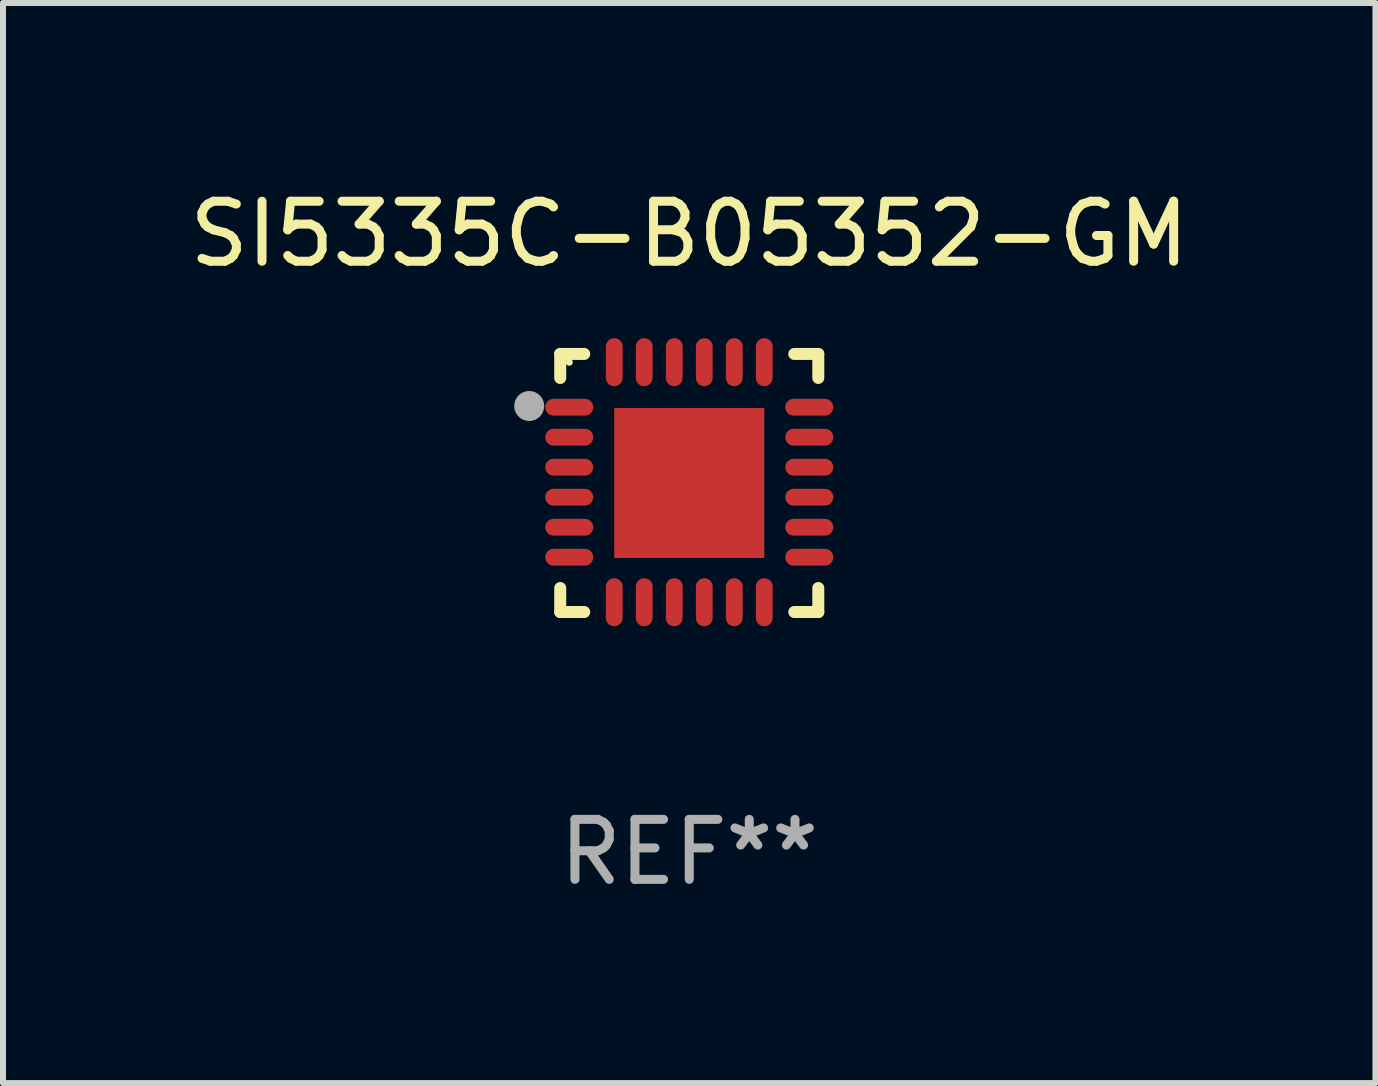
<source format=kicad_pcb>
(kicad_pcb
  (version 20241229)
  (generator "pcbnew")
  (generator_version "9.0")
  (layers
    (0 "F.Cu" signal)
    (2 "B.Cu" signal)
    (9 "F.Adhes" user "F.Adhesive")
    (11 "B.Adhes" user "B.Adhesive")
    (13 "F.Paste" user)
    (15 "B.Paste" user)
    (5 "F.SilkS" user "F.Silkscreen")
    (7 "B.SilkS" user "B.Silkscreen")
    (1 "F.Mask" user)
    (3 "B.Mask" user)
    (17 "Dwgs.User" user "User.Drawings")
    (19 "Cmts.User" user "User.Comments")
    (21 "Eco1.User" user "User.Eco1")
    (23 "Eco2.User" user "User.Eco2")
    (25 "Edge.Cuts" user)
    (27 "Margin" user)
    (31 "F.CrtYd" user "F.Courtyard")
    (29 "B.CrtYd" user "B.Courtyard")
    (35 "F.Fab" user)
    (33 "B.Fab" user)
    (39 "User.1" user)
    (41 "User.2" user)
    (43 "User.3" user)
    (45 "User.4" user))
  (footprint "SI5335C-B05352-GM"
    (layer "F.Cu")
    (at 8.435 4.998)
    (property "Reference" "SI5335C-B05352-GM" (at 0 -4.15 0) (layer "F.SilkS") (effects (font (size 1 1) (thickness 0.15))))
    (attr through_hole)
    (fp_line (start -2.15 -2.15) (end -1.75 -2.15) (stroke (width 0.2) (type solid)) (layer "F.SilkS"))
    (fp_line (start -2.15 -1.75) (end -2.15 -2.15) (stroke (width 0.2) (type solid)) (layer "F.SilkS"))
    (fp_line (start -2.15 2.15) (end -2.15 1.75) (stroke (width 0.2) (type solid)) (layer "F.SilkS"))
    (fp_line (start -1.75 2.15) (end -2.15 2.15) (stroke (width 0.2) (type solid)) (layer "F.SilkS"))
    (fp_line (start 1.75 -2.15) (end 2.15 -2.15) (stroke (width 0.2) (type solid)) (layer "F.SilkS"))
    (fp_line (start 1.75 2.15) (end 2.15 2.15) (stroke (width 0.2) (type solid)) (layer "F.SilkS"))
    (fp_line (start 2.15 -2.15) (end 2.15 -1.75) (stroke (width 0.2) (type solid)) (layer "F.SilkS"))
    (fp_line (start 2.15 2.15) (end 2.15 1.75) (stroke (width 0.2) (type solid)) (layer "F.SilkS"))
    (fp_circle (center -2 -2.013) (end -1.97 -2.013) (stroke (width 0.06) (type solid)) (fill no) (layer "F.SilkS"))
    (fp_circle (center -2.667 -1.283) (end -2.542 -1.283) (stroke (width 0.25) (type solid)) (fill no) (layer "F.Fab"))
    (fp_text user "REF**" (at 0 6.15 0) (layer "F.Fab") (effects (font (size 1 1) (thickness 0.15))))
    (pad "1" smd oval (at -2 -1.263) (size 0.8 0.28) (layers "F.Cu" "F.Mask" "F.Paste"))
    (pad "2" smd oval (at -2 -0.763) (size 0.8 0.28) (layers "F.Cu" "F.Mask" "F.Paste"))
    (pad "3" smd oval (at -2 -0.263) (size 0.8 0.28) (layers "F.Cu" "F.Mask" "F.Paste"))
    (pad "4" smd oval (at -2 0.237) (size 0.8 0.28) (layers "F.Cu" "F.Mask" "F.Paste"))
    (pad "5" smd oval (at -2 0.737) (size 0.8 0.28) (layers "F.Cu" "F.Mask" "F.Paste"))
    (pad "6" smd oval (at -2 1.237) (size 0.8 0.28) (layers "F.Cu" "F.Mask" "F.Paste"))
    (pad "7" smd oval (at -1.25 1.987) (size 0.28 0.8) (layers "F.Cu" "F.Mask" "F.Paste"))
    (pad "8" smd oval (at -0.75 1.987) (size 0.28 0.8) (layers "F.Cu" "F.Mask" "F.Paste"))
    (pad "9" smd oval (at -0.25 1.987) (size 0.28 0.8) (layers "F.Cu" "F.Mask" "F.Paste"))
    (pad "10" smd oval (at 0.25 1.987) (size 0.28 0.8) (layers "F.Cu" "F.Mask" "F.Paste"))
    (pad "11" smd oval (at 0.75 1.987) (size 0.28 0.8) (layers "F.Cu" "F.Mask" "F.Paste"))
    (pad "12" smd oval (at 1.25 1.987) (size 0.28 0.8) (layers "F.Cu" "F.Mask" "F.Paste"))
    (pad "13" smd oval (at 2 1.237) (size 0.8 0.28) (layers "F.Cu" "F.Mask" "F.Paste"))
    (pad "14" smd oval (at 2 0.737) (size 0.8 0.28) (layers "F.Cu" "F.Mask" "F.Paste"))
    (pad "15" smd oval (at 2 0.237) (size 0.8 0.28) (layers "F.Cu" "F.Mask" "F.Paste"))
    (pad "16" smd oval (at 2 -0.263) (size 0.8 0.28) (layers "F.Cu" "F.Mask" "F.Paste"))
    (pad "17" smd oval (at 2 -0.763) (size 0.8 0.28) (layers "F.Cu" "F.Mask" "F.Paste"))
    (pad "18" smd oval (at 2 -1.263) (size 0.8 0.28) (layers "F.Cu" "F.Mask" "F.Paste"))
    (pad "19" smd oval (at 1.25 -2.013) (size 0.28 0.8) (layers "F.Cu" "F.Mask" "F.Paste"))
    (pad "20" smd oval (at 0.75 -2.013) (size 0.28 0.8) (layers "F.Cu" "F.Mask" "F.Paste"))
    (pad "21" smd oval (at 0.25 -2.013) (size 0.28 0.8) (layers "F.Cu" "F.Mask" "F.Paste"))
    (pad "22" smd oval (at -0.25 -2.013) (size 0.28 0.8) (layers "F.Cu" "F.Mask" "F.Paste"))
    (pad "23" smd oval (at -0.75 -2.013) (size 0.28 0.8) (layers "F.Cu" "F.Mask" "F.Paste"))
    (pad "24" smd oval (at -1.25 -2.013) (size 0.28 0.8) (layers "F.Cu" "F.Mask" "F.Paste"))
    (pad "25" smd rect (at -0.000127 -0.00014) (size 2.5 2.5) (layers "F.Cu" "F.Mask" "F.Paste")))
  (gr_rect
    (start -3 -3)
    (end 19.869 14.997)
    (stroke (width 0.1) (type default))
    (fill no)
    (layer "Edge.Cuts")))
</source>
